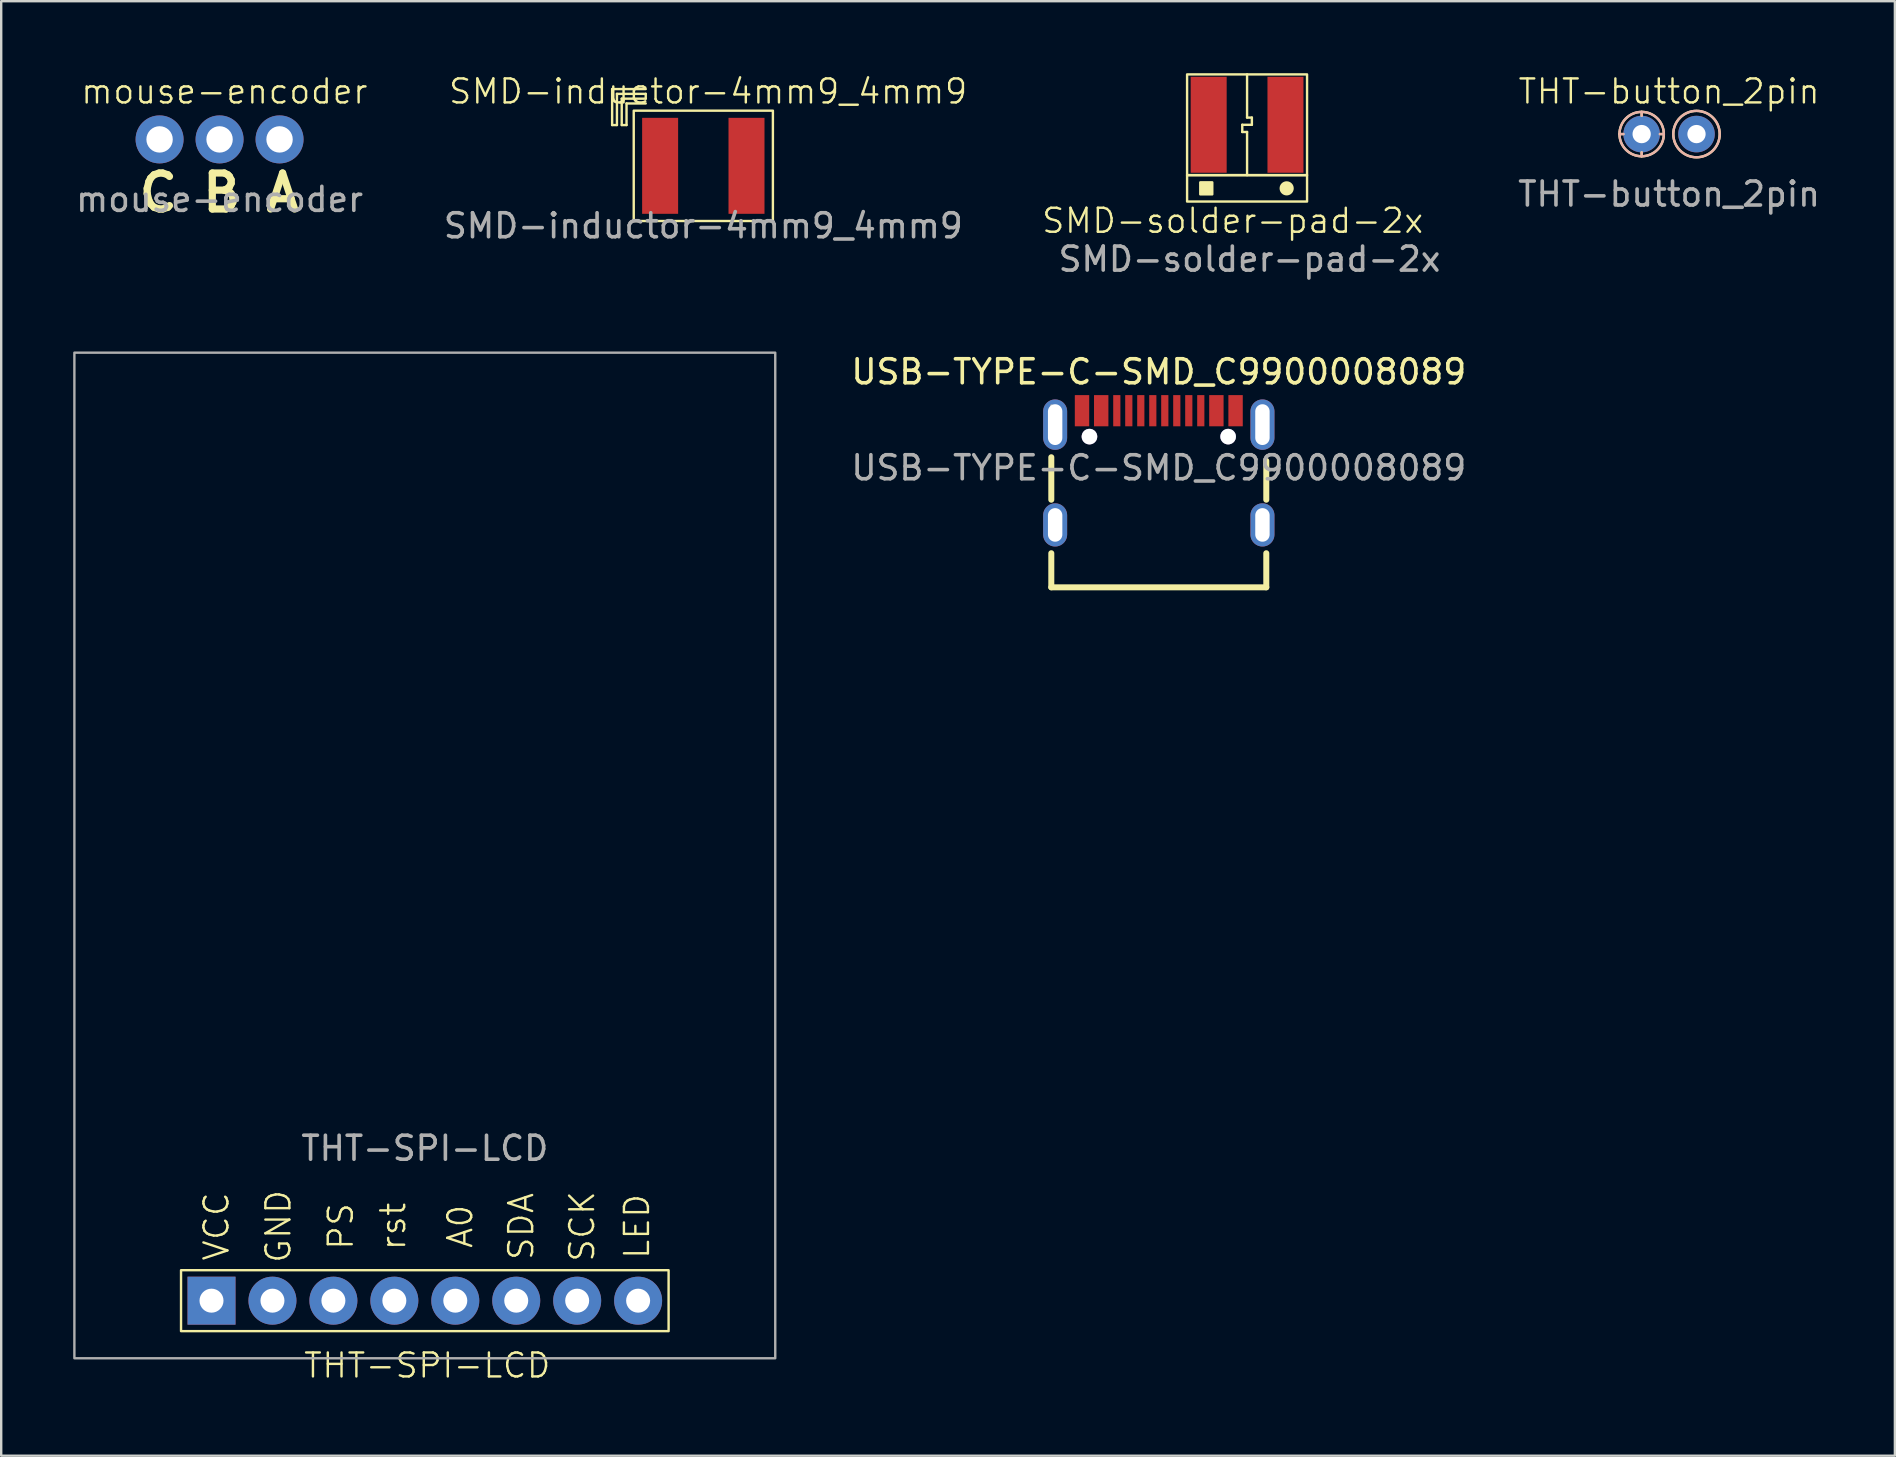
<source format=kicad_pcb>
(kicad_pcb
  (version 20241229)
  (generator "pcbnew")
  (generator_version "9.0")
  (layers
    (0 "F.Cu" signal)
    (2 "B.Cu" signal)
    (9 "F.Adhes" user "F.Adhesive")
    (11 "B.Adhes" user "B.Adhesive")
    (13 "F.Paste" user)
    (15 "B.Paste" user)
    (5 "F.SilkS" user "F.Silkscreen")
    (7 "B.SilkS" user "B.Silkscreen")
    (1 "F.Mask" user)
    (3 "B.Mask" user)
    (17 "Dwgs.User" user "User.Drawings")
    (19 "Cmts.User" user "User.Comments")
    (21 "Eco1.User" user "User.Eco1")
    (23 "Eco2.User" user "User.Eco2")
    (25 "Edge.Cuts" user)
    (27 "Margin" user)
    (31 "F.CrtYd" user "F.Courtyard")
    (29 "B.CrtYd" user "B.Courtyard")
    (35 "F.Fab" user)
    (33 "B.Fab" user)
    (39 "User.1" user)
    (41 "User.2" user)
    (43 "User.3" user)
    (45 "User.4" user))
  (footprint "mouse-encoder"
    (layer "F.Cu")
    (at 6.101 2.76)
    (property "Reference" "mouse-encoder" (at 0.2 -2 0) (unlocked yes) (layer "F.SilkS") (effects (font (size 1 1) (thickness 0.1))))
    (attr through_hole)
    (fp_text user "C B A" (at -3.5 3.1 0) (unlocked yes) (layer "F.SilkS") (effects (font (size 1.5 1.5) (thickness 0.3) (bold yes)) (justify left bottom)))
    (fp_text user "${REFERENCE}" (at 0 2.5 0) (unlocked yes) (layer "F.Fab") (effects (font (size 1 1) (thickness 0.15))))
    (pad "A" thru_hole circle (at 2.5 0) (size 2 2) (drill 1.1) (layers "*.Cu" "*.Mask"))
    (pad "B" thru_hole circle (at 0 0) (size 2 2) (drill 1.1) (layers "*.Cu" "*.Mask"))
    (pad "C" thru_hole circle (at -2.5 0) (size 2 2) (drill 1.1) (layers "*.Cu" "*.Mask")))
  (footprint "USB-TYPE-C-SMD_C9900008089"
    (layer "F.Cu")
    (at 45.245 16.447)
    (property "Reference" "USB-TYPE-C-SMD_C9900008089" (at 0 -4 0) (layer "F.SilkS") (effects (font (size 1 1) (thickness 0.15))))
    (attr smd)
    (fp_line (start -4.48 -0.44) (end -4.48 1.33) (stroke (width 0.25) (type solid)) (layer "F.SilkS"))
    (fp_line (start -4.48 3.56) (end -4.48 4.98) (stroke (width 0.25) (type solid)) (layer "F.SilkS"))
    (fp_line (start -4.48 4.98) (end 4.48 4.98) (stroke (width 0.25) (type solid)) (layer "F.SilkS"))
    (fp_line (start 4.48 1.33) (end 4.48 -0.29) (stroke (width 0.25) (type solid)) (layer "F.SilkS"))
    (fp_line (start 4.48 4.98) (end 4.48 3.56) (stroke (width 0.25) (type solid)) (layer "F.SilkS"))
    (fp_circle (center -2.89 -1.3) (end -2.74 -1.3) (stroke (width 0.3) (type solid)) (fill no) (layer "Cmts.User"))
    (fp_circle (center 2.89 -1.3) (end 3.04 -1.3) (stroke (width 0.3) (type solid)) (fill no) (layer "Cmts.User"))
    (fp_circle (center -4.47 -2.59) (end -4.44 -2.59) (stroke (width 0.06) (type solid)) (fill no) (layer "F.Fab"))
    (fp_text user "${REFERENCE}" (at 0 0 0) (layer "F.Fab") (effects (font (size 1 1) (thickness 0.15))))
    (pad "" thru_hole circle (at -2.89 -1.3) (size 0.65 0.65) (drill 0.65) (layers "*.Cu" "*.Mask"))
    (pad "" thru_hole circle (at 2.89 -1.3) (size 0.65 0.65) (drill 0.65) (layers "*.Cu" "*.Mask"))
    (pad "1" thru_hole oval (at -4.32 -1.8) (size 1 2.1) (drill oval 0.6 1.7) (layers "*.Cu" "*.Mask"))
    (pad "2" thru_hole oval (at 4.32 -1.8) (size 1 2.1) (drill oval 0.6 1.7) (layers "*.Cu" "*.Mask"))
    (pad "3" thru_hole oval (at -4.32 2.38) (size 1 1.8) (drill oval 0.6 1.4) (layers "*.Cu" "*.Mask"))
    (pad "4" thru_hole oval (at 4.32 2.38) (size 1 1.8) (drill oval 0.6 1.4) (layers "*.Cu" "*.Mask"))
    (pad "A1B12" smd rect (at -3.2 -2.38) (size 0.6 1.3) (layers "F.Cu" "F.Mask" "F.Paste"))
    (pad "A4B9" smd rect (at -2.4 -2.38) (size 0.6 1.3) (layers "F.Cu" "F.Mask" "F.Paste"))
    (pad "A5" smd rect (at -1.25 -2.38) (size 0.3 1.3) (layers "F.Cu" "F.Mask" "F.Paste"))
    (pad "A6" smd rect (at -0.25 -2.38) (size 0.3 1.3) (layers "F.Cu" "F.Mask" "F.Paste"))
    (pad "A7" smd rect (at 0.25 -2.38) (size 0.3 1.3) (layers "F.Cu" "F.Mask" "F.Paste"))
    (pad "A8" smd rect (at 1.25 -2.38) (size 0.3 1.3) (layers "F.Cu" "F.Mask" "F.Paste"))
    (pad "B1A12" smd rect (at 3.2 -2.38) (size 0.6 1.3) (layers "F.Cu" "F.Mask" "F.Paste"))
    (pad "B4A9" smd rect (at 2.4 -2.38) (size 0.6 1.3) (layers "F.Cu" "F.Mask" "F.Paste"))
    (pad "B5" smd rect (at 1.75 -2.38) (size 0.3 1.3) (layers "F.Cu" "F.Mask" "F.Paste"))
    (pad "B6" smd rect (at 0.75 -2.38) (size 0.3 1.3) (layers "F.Cu" "F.Mask" "F.Paste"))
    (pad "B7" smd rect (at -0.75 -2.38) (size 0.3 1.3) (layers "F.Cu" "F.Mask" "F.Paste"))
    (pad "B8" smd rect (at -1.75 -2.38) (size 0.3 1.3) (layers "F.Cu" "F.Mask" "F.Paste")))
  (footprint "SMD-solder-pad-2x"
    (layer "F.Cu")
    (at 48.924 2.15)
    (property "Reference" "SMD-solder-pad-2x" (at -0.6 4 0) (unlocked yes) (layer "F.SilkS") (effects (font (size 1 1) (thickness 0.1))))
    (attr smd)
    (fp_line (start -0.2 0) (end -0.2 0.3) (stroke (width 0.1) (type default)) (layer "F.SilkS"))
    (fp_line (start -0.2 0) (end 0.2 0) (stroke (width 0.1) (type default)) (layer "F.SilkS"))
    (fp_line (start -0.2 0.3) (end 0 0.3) (stroke (width 0.1) (type default)) (layer "F.SilkS"))
    (fp_line (start 0 -0.3) (end 0 -2.1) (stroke (width 0.1) (type default)) (layer "F.SilkS"))
    (fp_line (start 0 0.3) (end 0 2.1) (stroke (width 0.1) (type default)) (layer "F.SilkS"))
    (fp_line (start 0.2 -0.3) (end 0 -0.3) (stroke (width 0.1) (type default)) (layer "F.SilkS"))
    (fp_line (start 0.2 0) (end 0.2 -0.3) (stroke (width 0.1) (type default)) (layer "F.SilkS"))
    (fp_rect (start -2.5 -2.1) (end 2.5 2.1) (stroke (width 0.1) (type default)) (fill no) (layer "F.SilkS"))
    (fp_rect (start -2.5 2.1) (end 2.5 3.2) (stroke (width 0.1) (type default)) (fill no) (layer "F.SilkS"))
    (fp_rect (start -1.95 2.4) (end -1.45 2.9) (stroke (width 0.1) (type solid)) (fill yes) (layer "F.SilkS"))
    (fp_circle (center 1.65 2.65) (end 1.874 2.55) (stroke (width 0.1) (type solid)) (fill yes) (layer "F.SilkS"))
    (fp_text user "${REFERENCE}" (at 0.1 5.6 0) (unlocked yes) (layer "F.Fab") (effects (font (size 1 1) (thickness 0.15))))
    (pad "1" smd rect (at -1.6 0 180) (size 1.5 4) (layers "F.Cu" "F.Mask" "F.Paste"))
    (pad "2" smd rect (at 1.6 0 180) (size 1.5 4) (layers "F.Cu" "F.Mask" "F.Paste")))
  (footprint "THT-SPI-LCD"
    (layer "F.Cu")
    (at 14.725 51.158)
    (property "Reference" "THT-SPI-LCD" (at 0.03 2.7 0) (unlocked yes) (layer "F.SilkS") (effects (font (size 1 1) (thickness 0.1))))
    (attr through_hole)
    (fp_rect (start -10.23 -1.27) (end 10.09 1.27) (stroke (width 0.1) (type default)) (fill no) (layer "F.SilkS"))
    (fp_rect (start -14.675 -39.51) (end 14.535 2.4) (stroke (width 0.1) (type default)) (fill no) (layer "F.Fab"))
    (fp_text user "VCC" (at -8.17 -1.6 90) (unlocked yes) (layer "F.SilkS") (effects (font (size 1 1) (thickness 0.1)) (justify left bottom)))
    (fp_text user "GND" (at -5.588 -1.505 90) (unlocked yes) (layer "F.SilkS") (effects (font (size 1 1) (thickness 0.1)) (justify left bottom)))
    (fp_text user "SCK" (at 7.07 -1.552 90) (unlocked yes) (layer "F.SilkS") (effects (font (size 1 1) (thickness 0.1)) (justify left bottom)))
    (fp_text user "rst" (at -0.804 -2.029 90) (unlocked yes) (layer "F.SilkS") (effects (font (size 1 1) (thickness 0.1)) (justify left bottom)))
    (fp_text user "SDA" (at 4.53 -1.624 90) (unlocked yes) (layer "F.SilkS") (effects (font (size 1 1) (thickness 0.1)) (justify left bottom)))
    (fp_text user "A0" (at 1.99 -2.124 90) (unlocked yes) (layer "F.SilkS") (effects (font (size 1 1) (thickness 0.1)) (justify left bottom)))
    (fp_text user "PS" (at -2.988 -2.052 90) (unlocked yes) (layer "F.SilkS") (effects (font (size 1 1) (thickness 0.1)) (justify left bottom)))
    (fp_text user "LED" (at 9.356 -1.671 90) (unlocked yes) (layer "F.SilkS") (effects (font (size 1 1) (thickness 0.1)) (justify left bottom)))
    (fp_text user "${REFERENCE}" (at -0.07 -6.35 0) (unlocked yes) (layer "F.Fab") (effects (font (size 1 1) (thickness 0.15))))
    (pad "1" thru_hole rect (at -8.96 0) (size 2 2) (drill 1) (layers "*.Cu" "*.Mask"))
    (pad "2" thru_hole circle (at -6.42 0) (size 2 2) (drill 1) (layers "*.Cu" "*.Mask"))
    (pad "3" thru_hole circle (at -3.88 0) (size 2 2) (drill 1) (layers "*.Cu" "*.Mask"))
    (pad "4" thru_hole circle (at -1.34 0) (size 2 2) (drill 1) (layers "*.Cu" "*.Mask"))
    (pad "5" thru_hole circle (at 1.2 0) (size 2 2) (drill 1) (layers "*.Cu" "*.Mask"))
    (pad "6" thru_hole circle (at 3.74 0) (size 2 2) (drill 1) (layers "*.Cu" "*.Mask"))
    (pad "7" thru_hole circle (at 6.28 0) (size 2 2) (drill 1) (layers "*.Cu" "*.Mask"))
    (pad "8" thru_hole circle (at 8.82 0) (size 2 2) (drill 1) (layers "*.Cu" "*.Mask")))
  (footprint "SMD-inductor-4mm9_4mm9"
    (layer "F.Cu")
    (at 26.262 3.861)
    (property "Reference" "SMD-inductor-4mm9_4mm9" (at 0.2 -3.1 0) (unlocked yes) (layer "F.SilkS") (effects (font (size 1 1) (thickness 0.1))))
    (attr smd)
    (fp_line (start -3.8 -3.2) (end -2.4 -3.2) (stroke (width 0.1) (type default)) (layer "F.SilkS"))
    (fp_line (start -3.8 -1.7) (end -3.8 -3.2) (stroke (width 0.1) (type default)) (layer "F.SilkS"))
    (fp_line (start -3.6 -3) (end -3.6 -1.7) (stroke (width 0.1) (type default)) (layer "F.SilkS"))
    (fp_line (start -3.6 -1.7) (end -3.8 -1.7) (stroke (width 0.1) (type default)) (layer "F.SilkS"))
    (fp_line (start -3.4 -2.8) (end -2.4 -2.8) (stroke (width 0.1) (type default)) (layer "F.SilkS"))
    (fp_line (start -3.4 -1.7) (end -3.4 -2.8) (stroke (width 0.1) (type default)) (layer "F.SilkS"))
    (fp_line (start -3.2 -2.6) (end -3.2 -1.7) (stroke (width 0.1) (type default)) (layer "F.SilkS"))
    (fp_line (start -3.2 -2.6) (end -2.4 -2.6) (stroke (width 0.1) (type default)) (layer "F.SilkS"))
    (fp_line (start -3.2 -1.7) (end -3.4 -1.7) (stroke (width 0.1) (type default)) (layer "F.SilkS"))
    (fp_line (start -2.4 -3) (end -3.6 -3) (stroke (width 0.1) (type default)) (layer "F.SilkS"))
    (fp_line (start -2.4 -2.8) (end -2.4 -3) (stroke (width 0.1) (type default)) (layer "F.SilkS"))
    (fp_rect (start -2.9 -2.3) (end 2.9 2.3) (stroke (width 0.1) (type default)) (fill no) (layer "F.SilkS"))
    (fp_text user "${REFERENCE}" (at 0 2.5 0) (unlocked yes) (layer "F.Fab") (effects (font (size 1 1) (thickness 0.15))))
    (pad "1" smd rect (at -1.8 0 180) (size 1.5 4) (layers "F.Cu" "F.Mask" "F.Paste"))
    (pad "2" smd rect (at 1.8 0 180) (size 1.5 4) (layers "F.Cu" "F.Mask" "F.Paste")))
  (footprint "THT-button_2pin"
    (layer "F.Cu")
    (at 66.512 2.538)
    (property "Reference" "THT-button_2pin" (at 0 -1.778 0) (unlocked yes) (layer "F.SilkS") (effects (font (size 1 1) (thickness 0.1))))
    (attr through_hole)
    (fp_line (start -2.068 0) (end -1.905 0) (stroke (width 0.1) (type default)) (layer "F.SilkS"))
    (fp_line (start -1.143 -0.925) (end -1.143 -0.762) (stroke (width 0.1) (type default)) (layer "F.SilkS"))
    (fp_line (start -1.143 0.925) (end -1.143 0.762) (stroke (width 0.1) (type default)) (layer "F.SilkS"))
    (fp_line (start -0.218 0) (end -0.381 0) (stroke (width 0.1) (type default)) (layer "F.SilkS"))
    (fp_circle (center -1.143 0) (end -0.254 -0.254) (stroke (width 0.1) (type default)) (fill no) (layer "F.SilkS"))
    (fp_circle (center 1.143 0) (end 2.032 -0.381) (stroke (width 0.1) (type default)) (fill no) (layer "F.SilkS"))
    (fp_line (start -2.068 0) (end -1.905 0) (stroke (width 0.1) (type default)) (layer "B.SilkS"))
    (fp_line (start -1.143 -0.925) (end -1.143 -0.762) (stroke (width 0.1) (type default)) (layer "B.SilkS"))
    (fp_line (start -1.143 0.925) (end -1.143 0.762) (stroke (width 0.1) (type default)) (layer "B.SilkS"))
    (fp_line (start -0.218 0) (end -0.381 0) (stroke (width 0.1) (type default)) (layer "B.SilkS"))
    (fp_circle (center -1.143 0) (end -1.397 -0.889) (stroke (width 0.1) (type default)) (fill no) (layer "B.SilkS"))
    (fp_circle (center 1.143 0) (end 0.762 -0.889) (stroke (width 0.1) (type default)) (fill no) (layer "B.SilkS"))
    (fp_text user "${REFERENCE}" (at 0 2.5 0) (unlocked yes) (layer "F.Fab") (effects (font (size 1 1) (thickness 0.15))))
    (pad "1" thru_hole circle (at -1.143 0) (size 1.524 1.524) (drill 0.762) (layers "*.Cu" "*.Mask"))
    (pad "3" thru_hole circle (at 1.143 0) (size 1.524 1.524) (drill 0.762) (layers "*.Cu" "*.Mask")))
  (gr_rect
    (start -3 -3)
    (end 75.923 57.619)
    (stroke (width 0.1) (type default))
    (fill no)
    (layer "Edge.Cuts")))
</source>
